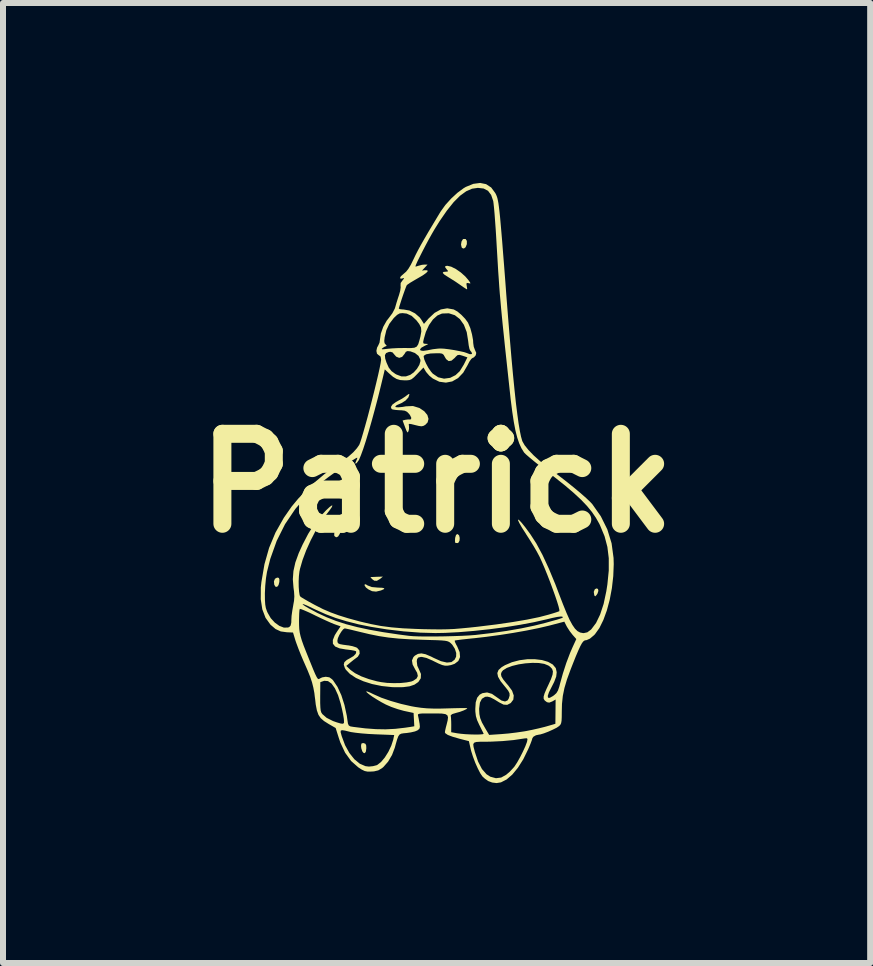
<source format=kicad_pcb>
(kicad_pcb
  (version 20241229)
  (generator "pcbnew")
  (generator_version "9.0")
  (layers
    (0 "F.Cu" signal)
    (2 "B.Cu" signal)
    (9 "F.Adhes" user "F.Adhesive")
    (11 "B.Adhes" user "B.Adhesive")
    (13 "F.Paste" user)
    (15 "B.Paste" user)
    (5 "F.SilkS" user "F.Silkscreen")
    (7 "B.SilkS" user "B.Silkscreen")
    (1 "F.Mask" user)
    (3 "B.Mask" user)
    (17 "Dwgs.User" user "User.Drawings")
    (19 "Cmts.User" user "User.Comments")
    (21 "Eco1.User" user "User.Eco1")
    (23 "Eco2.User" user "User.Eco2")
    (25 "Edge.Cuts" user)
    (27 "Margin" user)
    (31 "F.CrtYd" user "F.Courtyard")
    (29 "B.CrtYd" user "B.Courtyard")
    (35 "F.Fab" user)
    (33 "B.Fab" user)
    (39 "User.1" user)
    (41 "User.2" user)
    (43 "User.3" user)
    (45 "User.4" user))
  (footprint "Patrick"
    (layer "F.Cu")
    (at 4.229 5.004)
    (property "Reference" "Patrick" (at 0 0 0) (layer "F.SilkS") (effects (font (size 1.5 1.5) (thickness 0.3))))
    (attr board_only exclude_from_pos_files exclude_from_bom)
    (fp_poly (pts (xy -0.942 1.597) (xy -0.996 1.629) (xy -1.039 1.627) (xy -1.072 1.603) (xy -1.096 1.578) (xy -1.103 1.569) (xy -1.085 1.566) (xy -1.039 1.564) (xy -0.999 1.562) (xy -0.896 1.559)) (stroke (width 0) (type solid)) (fill yes) (layer "F.SilkS"))
    (fp_poly (pts (xy 2.69 1.764) (xy 2.697 1.796) (xy 2.683 1.84) (xy 2.669 1.862) (xy 2.647 1.887) (xy 2.635 1.881) (xy 2.628 1.867) (xy 2.62 1.813) (xy 2.637 1.771) (xy 2.663 1.756)) (stroke (width 0) (type solid)) (fill yes) (layer "F.SilkS"))
    (fp_poly (pts (xy -2.63 1.581) (xy -2.621 1.606) (xy -2.622 1.649) (xy -2.636 1.701) (xy -2.659 1.729) (xy -2.686 1.728) (xy -2.707 1.694) (xy -2.712 1.638) (xy -2.695 1.595) (xy -2.659 1.575) (xy -2.656 1.575)) (stroke (width 0) (type solid)) (fill yes) (layer "F.SilkS"))
    (fp_poly (pts (xy 1.7 0.253) (xy 1.727 0.291) (xy 1.745 0.335) (xy 1.745 0.364) (xy 1.723 0.391) (xy 1.694 0.382) (xy 1.674 0.356) (xy 1.658 0.31) (xy 1.655 0.266) (xy 1.665 0.239) (xy 1.673 0.236)) (stroke (width 0) (type solid)) (fill yes) (layer "F.SilkS"))
    (fp_poly (pts (xy -1.613 0.739) (xy -1.601 0.772) (xy -1.606 0.822) (xy -1.615 0.847) (xy -1.643 0.891) (xy -1.675 0.904) (xy -1.702 0.884) (xy -1.707 0.873) (xy -1.706 0.831) (xy -1.686 0.782) (xy -1.655 0.743) (xy -1.639 0.733)) (stroke (width 0) (type solid)) (fill yes) (layer "F.SilkS"))
    (fp_poly (pts (xy -1.216 4.335) (xy -1.187 4.346) (xy -1.174 4.374) (xy -1.172 4.419) (xy -1.179 4.475) (xy -1.197 4.503) (xy -1.221 4.496) (xy -1.239 4.472) (xy -1.256 4.421) (xy -1.26 4.381) (xy -1.254 4.343) (xy -1.229 4.334)) (stroke (width 0) (type solid)) (fill yes) (layer "F.SilkS"))
    (fp_poly (pts (xy -0.698 0.096) (xy -0.678 0.136) (xy -0.677 0.184) (xy -0.677 0.187) (xy -0.699 0.226) (xy -0.728 0.235) (xy -0.753 0.211) (xy -0.756 0.205) (xy -0.761 0.167) (xy -0.754 0.122) (xy -0.741 0.087) (xy -0.729 0.079)) (stroke (width 0) (type solid)) (fill yes) (layer "F.SilkS"))
    (fp_poly (pts (xy 0.484 -4.069) (xy 0.504 -4.038) (xy 0.504 -3.984) (xy 0.503 -3.981) (xy 0.483 -3.932) (xy 0.454 -3.91) (xy 0.426 -3.919) (xy 0.417 -3.931) (xy 0.407 -3.977) (xy 0.415 -4.027) (xy 0.437 -4.064) (xy 0.447 -4.07)) (stroke (width 0) (type solid)) (fill yes) (layer "F.SilkS"))
    (fp_poly (pts (xy 0.352 0.851) (xy 0.375 0.872) (xy 0.385 0.914) (xy 0.382 0.96) (xy 0.364 0.993) (xy 0.351 1) (xy 0.318 0.998) (xy 0.309 0.991) (xy 0.306 0.962) (xy 0.309 0.913) (xy 0.31 0.91) (xy 0.324 0.863) (xy 0.347 0.85)) (stroke (width 0) (type solid)) (fill yes) (layer "F.SilkS"))
    (fp_poly (pts (xy -1.177 1.69) (xy -1.149 1.707) (xy -1.08 1.733) (xy -0.981 1.742) (xy -0.908 1.745) (xy -0.873 1.753) (xy -0.877 1.767) (xy -0.919 1.786) (xy -0.928 1.79) (xy -1.009 1.809) (xy -1.076 1.802) (xy -1.137 1.772) (xy -1.179 1.74) (xy -1.2 1.708) (xy -1.201 1.703) (xy -1.197 1.685)) (stroke (width 0) (type solid)) (fill yes) (layer "F.SilkS"))
    (fp_poly (pts (xy 0.243 -3.608) (xy 0.321 -3.569) (xy 0.403 -3.512) (xy 0.479 -3.444) (xy 0.524 -3.392) (xy 0.556 -3.349) (xy 0.564 -3.33) (xy 0.551 -3.329) (xy 0.534 -3.333) (xy 0.504 -3.337) (xy 0.497 -3.32) (xy 0.502 -3.287) (xy 0.509 -3.246) (xy 0.507 -3.229) (xy 0.507 -3.229) (xy 0.488 -3.24) (xy 0.446 -3.267) (xy 0.392 -3.305) (xy 0.318 -3.356) (xy 0.239 -3.406) (xy 0.192 -3.435) (xy 0.129 -3.476) (xy 0.102 -3.504) (xy 0.113 -3.52) (xy 0.151 -3.524) (xy 0.186 -3.527) (xy 0.188 -3.54) (xy 0.17 -3.561) (xy 0.142 -3.599) (xy 0.146 -3.618) (xy 0.178 -3.623)) (stroke (width 0) (type solid)) (fill yes) (layer "F.SilkS"))
    (fp_poly (pts (xy -0.453 -1.481) (xy -0.453 -1.479) (xy -0.471 -1.428) (xy -0.517 -1.377) (xy -0.584 -1.335) (xy -0.602 -1.327) (xy -0.664 -1.3) (xy -0.689 -1.279) (xy -0.68 -1.266) (xy -0.638 -1.263) (xy -0.567 -1.27) (xy -0.512 -1.28) (xy -0.394 -1.285) (xy -0.286 -1.252) (xy -0.206 -1.198) (xy -0.154 -1.135) (xy -0.135 -1.07) (xy -0.15 -1.012) (xy -0.189 -0.971) (xy -0.222 -0.953) (xy -0.254 -0.947) (xy -0.298 -0.953) (xy -0.356 -0.967) (xy -0.42 -0.983) (xy -0.453 -0.988) (xy -0.465 -0.982) (xy -0.463 -0.962) (xy -0.461 -0.956) (xy -0.46 -0.905) (xy -0.468 -0.869) (xy -0.479 -0.847) (xy -0.489 -0.848) (xy -0.505 -0.878) (xy -0.526 -0.933) (xy -0.567 -1.044) (xy -0.523 -1.055) (xy -0.477 -1.061) (xy -0.454 -1.06) (xy -0.426 -1.064) (xy -0.423 -1.091) (xy -0.444 -1.134) (xy -0.46 -1.155) (xy -0.494 -1.189) (xy -0.531 -1.207) (xy -0.586 -1.214) (xy -0.621 -1.215) (xy -0.686 -1.22) (xy -0.734 -1.228) (xy -0.751 -1.236) (xy -0.762 -1.269) (xy -0.737 -1.309) (xy -0.678 -1.352) (xy -0.642 -1.372) (xy -0.577 -1.407) (xy -0.521 -1.444) (xy -0.497 -1.463) (xy -0.466 -1.485)) (stroke (width 0) (type solid)) (fill yes) (layer "F.SilkS"))
    (fp_poly (pts (xy 0.825 -4.984) (xy 0.91 -4.928) (xy 0.977 -4.837) (xy 0.983 -4.826) (xy 0.994 -4.804) (xy 1.004 -4.779) (xy 1.013 -4.751) (xy 1.021 -4.715) (xy 1.03 -4.668) (xy 1.038 -4.61) (xy 1.047 -4.535) (xy 1.057 -4.443) (xy 1.067 -4.33) (xy 1.079 -4.193) (xy 1.093 -4.029) (xy 1.108 -3.837) (xy 1.126 -3.612) (xy 1.146 -3.353) (xy 1.161 -3.15) (xy 1.192 -2.757) (xy 1.221 -2.402) (xy 1.248 -2.084) (xy 1.274 -1.801) (xy 1.299 -1.552) (xy 1.322 -1.336) (xy 1.345 -1.152) (xy 1.366 -0.998) (xy 1.387 -0.873) (xy 1.407 -0.776) (xy 1.427 -0.705) (xy 1.431 -0.695) (xy 1.467 -0.632) (xy 1.531 -0.552) (xy 1.619 -0.461) (xy 1.726 -0.365) (xy 1.846 -0.268) (xy 1.9 -0.227) (xy 2.036 -0.125) (xy 2.168 -0.023) (xy 2.292 0.077) (xy 2.403 0.17) (xy 2.495 0.251) (xy 2.563 0.316) (xy 2.594 0.349) (xy 2.738 0.554) (xy 2.846 0.772) (xy 2.917 1.003) (xy 2.95 1.248) (xy 2.953 1.352) (xy 2.945 1.552) (xy 2.922 1.752) (xy 2.886 1.944) (xy 2.838 2.123) (xy 2.78 2.282) (xy 2.714 2.416) (xy 2.641 2.518) (xy 2.626 2.534) (xy 2.556 2.593) (xy 2.5 2.618) (xy 2.49 2.619) (xy 2.469 2.623) (xy 2.447 2.638) (xy 2.424 2.667) (xy 2.397 2.716) (xy 2.364 2.787) (xy 2.322 2.885) (xy 2.271 3.013) (xy 2.233 3.11) (xy 2.173 3.274) (xy 2.131 3.416) (xy 2.104 3.548) (xy 2.09 3.683) (xy 2.087 3.808) (xy 2.086 3.901) (xy 2.083 3.962) (xy 2.076 4.002) (xy 2.063 4.029) (xy 2.043 4.05) (xy 2.002 4.078) (xy 1.938 4.11) (xy 1.862 4.144) (xy 1.789 4.172) (xy 1.729 4.19) (xy 1.703 4.194) (xy 1.656 4.204) (xy 1.614 4.228) (xy 1.595 4.256) (xy 1.595 4.259) (xy 1.587 4.287) (xy 1.567 4.341) (xy 1.538 4.411) (xy 1.527 4.436) (xy 1.445 4.604) (xy 1.355 4.746) (xy 1.262 4.859) (xy 1.167 4.941) (xy 1.073 4.989) (xy 1 5.001) (xy 0.927 4.992) (xy 0.862 4.968) (xy 0.857 4.965) (xy 0.805 4.928) (xy 0.764 4.891) (xy 0.764 4.891) (xy 0.728 4.838) (xy 0.687 4.758) (xy 0.644 4.662) (xy 0.606 4.561) (xy 0.576 4.466) (xy 0.57 4.441) (xy 0.55 4.355) (xy 0.611 4.355) (xy 0.616 4.399) (xy 0.634 4.467) (xy 0.637 4.48) (xy 0.691 4.642) (xy 0.756 4.767) (xy 0.832 4.854) (xy 0.896 4.895) (xy 0.989 4.92) (xy 1.076 4.909) (xy 1.159 4.863) (xy 1.222 4.809) (xy 1.283 4.743) (xy 1.301 4.721) (xy 1.345 4.653) (xy 1.393 4.567) (xy 1.44 4.474) (xy 1.479 4.388) (xy 1.505 4.319) (xy 1.509 4.304) (xy 1.515 4.268) (xy 1.506 4.254) (xy 1.471 4.256) (xy 1.445 4.26) (xy 1.283 4.284) (xy 1.099 4.301) (xy 0.913 4.31) (xy 0.822 4.312) (xy 0.724 4.312) (xy 0.66 4.316) (xy 0.624 4.329) (xy 0.611 4.355) (xy 0.55 4.355) (xy 0.538 4.302) (xy 0.382 4.262) (xy 0.265 4.228) (xy 0.186 4.198) (xy 0.145 4.17) (xy 0.138 4.155) (xy 0.142 4.127) (xy 0.154 4.074) (xy 0.166 4.029) (xy 0.184 3.956) (xy 0.19 3.904) (xy 0.179 3.871) (xy 0.146 3.851) (xy 0.086 3.842) (xy -0.006 3.84) (xy -0.073 3.84) (xy -0.175 3.84) (xy -0.244 3.841) (xy -0.285 3.845) (xy -0.306 3.852) (xy -0.312 3.864) (xy -0.309 3.882) (xy -0.308 3.884) (xy -0.298 3.932) (xy -0.287 3.996) (xy -0.284 4.01) (xy -0.279 4.065) (xy -0.288 4.097) (xy -0.317 4.121) (xy -0.318 4.122) (xy -0.361 4.14) (xy -0.429 4.156) (xy -0.497 4.166) (xy -0.553 4.171) (xy -0.592 4.178) (xy -0.619 4.193) (xy -0.639 4.222) (xy -0.658 4.272) (xy -0.68 4.348) (xy -0.697 4.411) (xy -0.743 4.532) (xy -0.809 4.644) (xy -0.887 4.733) (xy -0.911 4.753) (xy -0.972 4.789) (xy -1.043 4.806) (xy -1.087 4.809) (xy -1.151 4.81) (xy -1.199 4.8) (xy -1.249 4.776) (xy -1.307 4.738) (xy -1.426 4.633) (xy -1.526 4.494) (xy -1.606 4.323) (xy -1.629 4.254) (xy -1.661 4.153) (xy -1.6 4.153) (xy -1.587 4.201) (xy -1.582 4.219) (xy -1.526 4.37) (xy -1.454 4.5) (xy -1.372 4.603) (xy -1.281 4.678) (xy -1.186 4.719) (xy -1.128 4.726) (xy -1.06 4.719) (xy -0.999 4.703) (xy -0.987 4.697) (xy -0.927 4.65) (xy -0.864 4.575) (xy -0.805 4.481) (xy -0.756 4.378) (xy -0.723 4.277) (xy -0.72 4.261) (xy -0.707 4.2) (xy -1.018 4.188) (xy -1.136 4.182) (xy -1.25 4.173) (xy -1.35 4.162) (xy -1.425 4.151) (xy -1.447 4.146) (xy -1.528 4.126) (xy -1.576 4.119) (xy -1.598 4.127) (xy -1.6 4.153) (xy -1.661 4.153) (xy -1.683 4.083) (xy -1.801 4.015) (xy -1.877 3.967) (xy -1.932 3.919) (xy -1.97 3.863) (xy -1.996 3.79) (xy -2.015 3.692) (xy -2.025 3.604) (xy -2.031 3.561) (xy -1.941 3.561) (xy -1.941 3.666) (xy -1.938 3.739) (xy -1.933 3.789) (xy -1.923 3.823) (xy -1.907 3.848) (xy -1.905 3.851) (xy -1.834 3.913) (xy -1.727 3.967) (xy -1.664 3.989) (xy -1.596 4.009) (xy -1.559 4.012) (xy -1.544 3.995) (xy -1.545 3.952) (xy -1.548 3.923) (xy -1.559 3.856) (xy -1.577 3.77) (xy -1.598 3.683) (xy -1.598 3.682) (xy -1.643 3.536) (xy -1.695 3.422) (xy -1.751 3.343) (xy -1.811 3.301) (xy -1.873 3.296) (xy -1.885 3.3) (xy -1.939 3.319) (xy -1.941 3.561) (xy -2.031 3.561) (xy -2.038 3.501) (xy -2.055 3.41) (xy -2.077 3.322) (xy -2.108 3.229) (xy -2.151 3.122) (xy -2.209 2.99) (xy -2.221 2.963) (xy -2.263 2.864) (xy -2.304 2.761) (xy -2.338 2.669) (xy -2.352 2.629) (xy -2.394 2.491) (xy -2.495 2.487) (xy -2.598 2.473) (xy -2.685 2.433) (xy -2.768 2.362) (xy -2.77 2.36) (xy -2.852 2.246) (xy -2.906 2.105) (xy -2.932 1.936) (xy -2.931 1.851) (xy -2.863 1.851) (xy -2.862 1.952) (xy -2.857 2.025) (xy -2.847 2.082) (xy -2.829 2.135) (xy -2.817 2.162) (xy -2.765 2.252) (xy -2.697 2.326) (xy -2.622 2.38) (xy -2.547 2.409) (xy -2.478 2.408) (xy -2.456 2.399) (xy -2.434 2.375) (xy -2.423 2.327) (xy -2.422 2.3) (xy -2.294 2.3) (xy -2.293 2.372) (xy -2.29 2.433) (xy -2.282 2.492) (xy -2.268 2.553) (xy -2.247 2.624) (xy -2.216 2.711) (xy -2.173 2.82) (xy -2.118 2.957) (xy -2.101 2.998) (xy -2.057 3.107) (xy -2.024 3.184) (xy -2 3.233) (xy -1.982 3.26) (xy -1.968 3.268) (xy -1.955 3.264) (xy -1.95 3.259) (xy -1.908 3.239) (xy -1.851 3.229) (xy -1.846 3.229) (xy -1.788 3.238) (xy -1.742 3.271) (xy -1.724 3.291) (xy -1.652 3.398) (xy -1.588 3.537) (xy -1.536 3.7) (xy -1.497 3.879) (xy -1.487 3.951) (xy -1.478 4.01) (xy -1.464 4.041) (xy -1.438 4.056) (xy -1.391 4.064) (xy -1.188 4.089) (xy -1.012 4.102) (xy -0.85 4.105) (xy -0.692 4.097) (xy -0.526 4.078) (xy -0.437 4.065) (xy -0.372 4.054) (xy -0.378 3.943) (xy -0.384 3.832) (xy -0.547 3.797) (xy -0.647 3.769) (xy -0.754 3.732) (xy -0.846 3.692) (xy -0.848 3.691) (xy -0.923 3.651) (xy -0.999 3.606) (xy -1.07 3.561) (xy -1.127 3.52) (xy -1.164 3.489) (xy -1.175 3.472) (xy -1.174 3.472) (xy -1.154 3.475) (xy -1.108 3.493) (xy -1.05 3.521) (xy -0.921 3.578) (xy -0.764 3.632) (xy -0.593 3.681) (xy -0.422 3.72) (xy -0.356 3.732) (xy -0.258 3.746) (xy -0.161 3.755) (xy -0.056 3.759) (xy 0.07 3.759) (xy 0.181 3.756) (xy 0.29 3.753) (xy 0.384 3.751) (xy 0.456 3.75) (xy 0.501 3.751) (xy 0.512 3.752) (xy 0.495 3.769) (xy 0.449 3.791) (xy 0.387 3.814) (xy 0.325 3.831) (xy 0.262 3.85) (xy 0.236 3.87) (xy 0.236 3.881) (xy 0.24 3.914) (xy 0.243 3.973) (xy 0.244 4.031) (xy 0.243 4.153) (xy 0.343 4.171) (xy 0.405 4.179) (xy 0.482 4.186) (xy 0.565 4.19) (xy 0.645 4.192) (xy 0.715 4.191) (xy 0.764 4.187) (xy 0.784 4.181) (xy 0.784 4.179) (xy 0.773 4.155) (xy 0.749 4.107) (xy 0.717 4.042) (xy 0.712 4.033) (xy 0.675 3.952) (xy 0.655 3.885) (xy 0.646 3.812) (xy 0.645 3.774) (xy 0.709 3.774) (xy 0.713 3.851) (xy 0.727 3.919) (xy 0.756 3.991) (xy 0.805 4.078) (xy 0.813 4.092) (xy 0.876 4.198) (xy 1.083 4.184) (xy 1.2 4.174) (xy 1.331 4.158) (xy 1.454 4.14) (xy 1.49 4.134) (xy 1.595 4.113) (xy 1.706 4.088) (xy 1.803 4.064) (xy 1.835 4.055) (xy 1.98 4.013) (xy 1.982 3.81) (xy 1.984 3.608) (xy 1.928 3.64) (xy 1.878 3.66) (xy 1.841 3.653) (xy 1.838 3.651) (xy 1.804 3.626) (xy 1.785 3.597) (xy 1.784 3.56) (xy 1.8 3.505) (xy 1.834 3.426) (xy 1.861 3.369) (xy 1.907 3.268) (xy 1.933 3.193) (xy 1.939 3.139) (xy 1.925 3.097) (xy 1.892 3.062) (xy 1.862 3.041) (xy 1.795 3.014) (xy 1.703 2.999) (xy 1.596 2.997) (xy 1.48 3.005) (xy 1.366 3.022) (xy 1.26 3.048) (xy 1.171 3.081) (xy 1.108 3.12) (xy 1.084 3.149) (xy 1.073 3.183) (xy 1.08 3.222) (xy 1.109 3.271) (xy 1.162 3.337) (xy 1.194 3.374) (xy 1.258 3.461) (xy 1.286 3.541) (xy 1.279 3.61) (xy 1.237 3.665) (xy 1.235 3.667) (xy 1.177 3.697) (xy 1.116 3.693) (xy 1.045 3.657) (xy 0.959 3.604) (xy 0.896 3.572) (xy 0.848 3.56) (xy 0.809 3.563) (xy 0.755 3.596) (xy 0.722 3.66) (xy 0.709 3.758) (xy 0.709 3.774) (xy 0.645 3.774) (xy 0.645 3.763) (xy 0.652 3.655) (xy 0.676 3.578) (xy 0.718 3.527) (xy 0.764 3.502) (xy 0.842 3.49) (xy 0.923 3.514) (xy 1.009 3.574) (xy 1.082 3.625) (xy 1.141 3.641) (xy 1.183 3.623) (xy 1.202 3.592) (xy 1.217 3.543) (xy 1.215 3.503) (xy 1.193 3.46) (xy 1.148 3.403) (xy 1.142 3.396) (xy 1.067 3.303) (xy 1.024 3.228) (xy 1.012 3.167) (xy 1.032 3.116) (xy 1.084 3.069) (xy 1.139 3.036) (xy 1.256 2.986) (xy 1.382 2.953) (xy 1.513 2.936) (xy 1.64 2.936) (xy 1.757 2.95) (xy 1.858 2.98) (xy 1.936 3.024) (xy 1.985 3.082) (xy 1.988 3.089) (xy 2.002 3.153) (xy 1.994 3.225) (xy 1.96 3.315) (xy 1.918 3.398) (xy 1.873 3.487) (xy 1.853 3.547) (xy 1.857 3.578) (xy 1.886 3.58) (xy 1.938 3.551) (xy 1.96 3.535) (xy 1.997 3.501) (xy 2.023 3.458) (xy 2.045 3.394) (xy 2.058 3.343) (xy 2.105 3.174) (xy 2.162 2.998) (xy 2.225 2.832) (xy 2.267 2.735) (xy 2.329 2.6) (xy 2.267 2.53) (xy 2.219 2.468) (xy 2.176 2.401) (xy 2.167 2.385) (xy 2.129 2.31) (xy 1.877 2.376) (xy 1.702 2.417) (xy 1.499 2.458) (xy 1.279 2.497) (xy 1.051 2.533) (xy 0.827 2.563) (xy 0.618 2.587) (xy 0.613 2.587) (xy 0.509 2.598) (xy 0.418 2.608) (xy 0.35 2.617) (xy 0.309 2.623) (xy 0.302 2.626) (xy 0.305 2.647) (xy 0.325 2.69) (xy 0.343 2.722) (xy 0.384 2.818) (xy 0.391 2.9) (xy 0.362 2.966) (xy 0.3 3.013) (xy 0.239 3.034) (xy 0.187 3.043) (xy 0.141 3.044) (xy 0.093 3.033) (xy 0.032 3.008) (xy -0.052 2.967) (xy -0.065 2.96) (xy -0.169 2.915) (xy -0.245 2.898) (xy -0.262 2.898) (xy -0.306 2.908) (xy -0.325 2.934) (xy -0.331 2.969) (xy -0.322 3.045) (xy -0.297 3.099) (xy -0.261 3.182) (xy -0.264 3.254) (xy -0.304 3.315) (xy -0.305 3.316) (xy -0.369 3.36) (xy -0.451 3.388) (xy -0.559 3.402) (xy -0.696 3.403) (xy -0.746 3.401) (xy -0.915 3.383) (xy -1.075 3.35) (xy -1.22 3.304) (xy -1.345 3.248) (xy -1.445 3.182) (xy -1.513 3.111) (xy -1.53 3.082) (xy -1.548 3.028) (xy -1.538 2.986) (xy -1.498 2.949) (xy -1.44 2.917) (xy -1.384 2.883) (xy -1.348 2.845) (xy -1.34 2.813) (xy -1.345 2.803) (xy -1.371 2.794) (xy -1.425 2.784) (xy -1.496 2.775) (xy -1.509 2.774) (xy -1.619 2.755) (xy -1.692 2.724) (xy -1.729 2.678) (xy -1.73 2.624) (xy -1.654 2.624) (xy -1.652 2.653) (xy -1.64 2.672) (xy -1.611 2.685) (xy -1.557 2.695) (xy -1.473 2.706) (xy -1.468 2.706) (xy -1.401 2.719) (xy -1.343 2.738) (xy -1.325 2.747) (xy -1.287 2.791) (xy -1.283 2.844) (xy -1.313 2.894) (xy -1.331 2.908) (xy -1.381 2.945) (xy -1.437 2.99) (xy -1.444 2.996) (xy -1.506 3.048) (xy -1.434 3.116) (xy -1.36 3.169) (xy -1.255 3.222) (xy -1.129 3.268) (xy -0.993 3.305) (xy -0.925 3.318) (xy -0.825 3.331) (xy -0.713 3.335) (xy -0.601 3.333) (xy -0.501 3.323) (xy -0.422 3.308) (xy -0.389 3.295) (xy -0.334 3.258) (xy -0.313 3.216) (xy -0.325 3.162) (xy -0.355 3.11) (xy -0.4 3.025) (xy -0.411 2.957) (xy -0.387 2.901) (xy -0.362 2.876) (xy -0.31 2.847) (xy -0.254 2.839) (xy -0.184 2.853) (xy -0.094 2.891) (xy -0.049 2.914) (xy 0.073 2.969) (xy 0.172 2.992) (xy 0.247 2.984) (xy 0.3 2.944) (xy 0.325 2.894) (xy 0.327 2.833) (xy 0.304 2.762) (xy 0.262 2.696) (xy 0.241 2.674) (xy 0.222 2.657) (xy 0.202 2.645) (xy 0.176 2.635) (xy 0.138 2.628) (xy 0.082 2.623) (xy 0.004 2.619) (xy -0.104 2.616) (xy -0.236 2.612) (xy -0.45 2.604) (xy -0.635 2.592) (xy -0.801 2.575) (xy -0.959 2.551) (xy -1.118 2.519) (xy -1.282 2.48) (xy -1.373 2.458) (xy -1.45 2.439) (xy -1.506 2.427) (xy -1.532 2.422) (xy -1.532 2.422) (xy -1.558 2.438) (xy -1.59 2.479) (xy -1.622 2.532) (xy -1.646 2.586) (xy -1.654 2.624) (xy -1.73 2.624) (xy -1.73 2.616) (xy -1.698 2.536) (xy -1.667 2.486) (xy -1.601 2.388) (xy -1.701 2.353) (xy -1.758 2.33) (xy -1.839 2.294) (xy -1.934 2.25) (xy -2.032 2.203) (xy -2.035 2.201) (xy -2.122 2.159) (xy -2.197 2.126) (xy -2.251 2.104) (xy -2.279 2.097) (xy -2.281 2.097) (xy -2.287 2.121) (xy -2.291 2.176) (xy -2.293 2.251) (xy -2.294 2.3) (xy -2.422 2.3) (xy -2.422 2.285) (xy -2.418 2.214) (xy -2.406 2.126) (xy -2.392 2.047) (xy -2.387 2.017) (xy -2.234 2.017) (xy -2.229 2.027) (xy -2.191 2.053) (xy -2.137 2.085) (xy -1.986 2.166) (xy -1.835 2.236) (xy -1.678 2.298) (xy -1.51 2.352) (xy -1.327 2.4) (xy -1.123 2.444) (xy -0.893 2.485) (xy -0.632 2.524) (xy -0.463 2.546) (xy -0.391 2.552) (xy -0.288 2.556) (xy -0.162 2.557) (xy -0.02 2.557) (xy 0.131 2.555) (xy 0.281 2.551) (xy 0.424 2.546) (xy 0.551 2.539) (xy 0.655 2.531) (xy 0.662 2.53) (xy 0.917 2.5) (xy 1.17 2.464) (xy 1.411 2.422) (xy 1.63 2.376) (xy 1.811 2.331) (xy 1.925 2.299) (xy 2.006 2.277) (xy 2.059 2.26) (xy 2.09 2.249) (xy 2.103 2.241) (xy 2.103 2.234) (xy 2.096 2.227) (xy 2.095 2.226) (xy 2.07 2.224) (xy 2.012 2.231) (xy 1.929 2.248) (xy 1.826 2.273) (xy 1.821 2.274) (xy 1.622 2.319) (xy 1.393 2.362) (xy 1.144 2.402) (xy 0.885 2.436) (xy 0.625 2.464) (xy 0.374 2.485) (xy 0.142 2.497) (xy -0.02 2.5) (xy -0.274 2.493) (xy -0.549 2.472) (xy -0.828 2.439) (xy -1.096 2.396) (xy -1.3 2.355) (xy -1.503 2.303) (xy -1.681 2.249) (xy -1.848 2.186) (xy -2.017 2.11) (xy -2.074 2.083) (xy -2.155 2.044) (xy -2.209 2.022) (xy -2.234 2.017) (xy -2.387 2.017) (xy -2.377 1.962) (xy -2.372 1.889) (xy -2.377 1.808) (xy -2.386 1.743) (xy -2.397 1.603) (xy -2.387 1.466) (xy -2.355 1.323) (xy -2.299 1.168) (xy -2.234 1.025) (xy -2.141 0.846) (xy -2.048 0.697) (xy -1.95 0.568) (xy -1.843 0.454) (xy -1.783 0.398) (xy -1.748 0.373) (xy -1.737 0.375) (xy -1.75 0.405) (xy -1.789 0.46) (xy -1.841 0.527) (xy -1.928 0.648) (xy -2.017 0.795) (xy -2.1 0.956) (xy -2.175 1.122) (xy -2.235 1.282) (xy -2.277 1.427) (xy -2.287 1.474) (xy -2.296 1.551) (xy -2.3 1.639) (xy -2.299 1.729) (xy -2.293 1.809) (xy -2.284 1.867) (xy -2.276 1.887) (xy -2.255 1.904) (xy -2.205 1.934) (xy -2.134 1.975) (xy -2.048 2.022) (xy -2.022 2.036) (xy -1.892 2.102) (xy -1.766 2.156) (xy -1.631 2.205) (xy -1.477 2.253) (xy -1.28 2.307) (xy -1.101 2.349) (xy -0.928 2.382) (xy -0.751 2.405) (xy -0.56 2.421) (xy -0.345 2.431) (xy -0.226 2.435) (xy -0.067 2.438) (xy 0.065 2.439) (xy 0.182 2.437) (xy 0.293 2.432) (xy 0.411 2.422) (xy 0.548 2.409) (xy 0.679 2.395) (xy 0.989 2.357) (xy 1.265 2.317) (xy 1.506 2.276) (xy 1.711 2.234) (xy 1.86 2.195) (xy 1.938 2.172) (xy 2.001 2.152) (xy 2.039 2.138) (xy 2.046 2.135) (xy 2.046 2.11) (xy 2.033 2.056) (xy 2.009 1.977) (xy 1.976 1.879) (xy 1.936 1.768) (xy 1.893 1.651) (xy 1.847 1.533) (xy 1.801 1.419) (xy 1.757 1.317) (xy 1.718 1.231) (xy 1.707 1.21) (xy 1.669 1.139) (xy 1.616 1.048) (xy 1.554 0.948) (xy 1.491 0.85) (xy 1.49 0.847) (xy 1.422 0.742) (xy 1.379 0.666) (xy 1.358 0.621) (xy 1.359 0.606) (xy 1.381 0.622) (xy 1.422 0.667) (xy 1.482 0.742) (xy 1.559 0.847) (xy 1.566 0.857) (xy 1.664 1.009) (xy 1.766 1.199) (xy 1.871 1.426) (xy 1.98 1.688) (xy 2.038 1.841) (xy 2.107 2.02) (xy 2.166 2.165) (xy 2.217 2.279) (xy 2.264 2.365) (xy 2.307 2.427) (xy 2.349 2.468) (xy 2.392 2.491) (xy 2.439 2.5) (xy 2.452 2.501) (xy 2.512 2.488) (xy 2.57 2.445) (xy 2.579 2.437) (xy 2.658 2.332) (xy 2.726 2.191) (xy 2.784 2.015) (xy 2.829 1.804) (xy 2.847 1.689) (xy 2.87 1.458) (xy 2.87 1.252) (xy 2.847 1.064) (xy 2.8 0.886) (xy 2.727 0.71) (xy 2.713 0.68) (xy 2.656 0.579) (xy 2.589 0.481) (xy 2.507 0.381) (xy 2.407 0.276) (xy 2.286 0.164) (xy 2.141 0.04) (xy 1.967 -0.098) (xy 1.817 -0.213) (xy 1.717 -0.29) (xy 1.626 -0.363) (xy 1.549 -0.427) (xy 1.491 -0.477) (xy 1.459 -0.509) (xy 1.457 -0.512) (xy 1.414 -0.581) (xy 1.377 -0.662) (xy 1.344 -0.759) (xy 1.314 -0.877) (xy 1.287 -1.019) (xy 1.261 -1.19) (xy 1.235 -1.394) (xy 1.223 -1.506) (xy 1.192 -1.792) (xy 1.165 -2.043) (xy 1.141 -2.263) (xy 1.121 -2.457) (xy 1.103 -2.627) (xy 1.088 -2.779) (xy 1.075 -2.916) (xy 1.064 -3.043) (xy 1.053 -3.163) (xy 1.044 -3.282) (xy 1.036 -3.402) (xy 1.027 -3.528) (xy 1.019 -3.664) (xy 1.01 -3.814) (xy 1 -3.983) (xy 0.994 -4.086) (xy 0.985 -4.231) (xy 0.975 -4.368) (xy 0.966 -4.49) (xy 0.957 -4.591) (xy 0.949 -4.664) (xy 0.944 -4.702) (xy 0.909 -4.804) (xy 0.857 -4.873) (xy 0.784 -4.911) (xy 0.688 -4.922) (xy 0.591 -4.908) (xy 0.493 -4.865) (xy 0.391 -4.791) (xy 0.285 -4.685) (xy 0.172 -4.544) (xy 0.051 -4.369) (xy -0.035 -4.231) (xy -0.079 -4.155) (xy -0.129 -4.066) (xy -0.181 -3.969) (xy -0.232 -3.871) (xy -0.278 -3.78) (xy -0.317 -3.702) (xy -0.343 -3.644) (xy -0.354 -3.613) (xy -0.354 -3.611) (xy -0.339 -3.612) (xy -0.304 -3.623) (xy -0.244 -3.639) (xy -0.202 -3.643) (xy -0.151 -3.643) (xy -0.197 -3.593) (xy -0.244 -3.543) (xy -0.198 -3.549) (xy -0.156 -3.548) (xy -0.148 -3.532) (xy -0.175 -3.503) (xy -0.234 -3.461) (xy -0.31 -3.417) (xy -0.384 -3.374) (xy -0.446 -3.337) (xy -0.486 -3.309) (xy -0.497 -3.3) (xy -0.509 -3.273) (xy -0.529 -3.22) (xy -0.554 -3.15) (xy -0.58 -3.074) (xy -0.603 -3.002) (xy -0.621 -2.945) (xy -0.63 -2.912) (xy -0.63 -2.909) (xy -0.613 -2.9) (xy -0.569 -2.895) (xy -0.548 -2.894) (xy -0.453 -2.877) (xy -0.36 -2.83) (xy -0.282 -2.762) (xy -0.255 -2.725) (xy -0.211 -2.654) (xy -0.133 -2.745) (xy -0.034 -2.838) (xy 0.07 -2.895) (xy 0.177 -2.914) (xy 0.285 -2.895) (xy 0.289 -2.893) (xy 0.348 -2.86) (xy 0.414 -2.804) (xy 0.477 -2.738) (xy 0.523 -2.675) (xy 0.526 -2.668) (xy 0.562 -2.583) (xy 0.59 -2.48) (xy 0.608 -2.381) (xy 0.61 -2.337) (xy 0.619 -2.274) (xy 0.639 -2.22) (xy 0.641 -2.216) (xy 0.661 -2.171) (xy 0.652 -2.13) (xy 0.65 -2.128) (xy 0.622 -2.096) (xy 0.6 -2.087) (xy 0.578 -2.07) (xy 0.547 -2.026) (xy 0.515 -1.964) (xy 0.444 -1.841) (xy 0.358 -1.751) (xy 0.26 -1.695) (xy 0.155 -1.675) (xy 0.045 -1.69) (xy -0.063 -1.743) (xy -0.121 -1.79) (xy -0.169 -1.845) (xy -0.18 -1.86) (xy -0.219 -1.927) (xy -0.322 -1.82) (xy -0.376 -1.765) (xy -0.416 -1.733) (xy -0.452 -1.718) (xy -0.498 -1.713) (xy -0.533 -1.713) (xy -0.607 -1.718) (xy -0.667 -1.736) (xy -0.727 -1.772) (xy -0.798 -1.834) (xy -0.801 -1.837) (xy -0.864 -1.896) (xy -0.877 -1.839) (xy -0.927 -1.631) (xy -0.978 -1.424) (xy -1.031 -1.224) (xy -1.083 -1.034) (xy -1.133 -0.859) (xy -1.18 -0.703) (xy -1.223 -0.571) (xy -1.261 -0.467) (xy -1.291 -0.395) (xy -1.302 -0.375) (xy -1.332 -0.335) (xy -1.351 -0.322) (xy -1.354 -0.338) (xy -1.339 -0.374) (xy -1.324 -0.409) (xy -1.323 -0.424) (xy -1.342 -0.417) (xy -1.386 -0.39) (xy -1.451 -0.348) (xy -1.531 -0.294) (xy -1.619 -0.233) (xy -1.709 -0.169) (xy -1.797 -0.105) (xy -1.877 -0.045) (xy -1.915 -0.015) (xy -2.151 0.196) (xy -2.355 0.43) (xy -2.527 0.685) (xy -2.666 0.963) (xy -2.773 1.263) (xy -2.828 1.481) (xy -2.845 1.587) (xy -2.857 1.711) (xy -2.863 1.835) (xy -2.863 1.851) (xy -2.931 1.851) (xy -2.931 1.742) (xy -2.921 1.649) (xy -2.87 1.352) (xy -2.793 1.08) (xy -2.686 0.824) (xy -2.547 0.578) (xy -2.416 0.39) (xy -2.307 0.259) (xy -2.173 0.119) (xy -2.024 -0.02) (xy -1.87 -0.15) (xy -1.721 -0.26) (xy -1.715 -0.264) (xy -1.578 -0.36) (xy -1.47 -0.442) (xy -1.389 -0.514) (xy -1.33 -0.58) (xy -1.29 -0.637) (xy -1.275 -0.675) (xy -1.252 -0.745) (xy -1.223 -0.843) (xy -1.189 -0.962) (xy -1.152 -1.096) (xy -1.114 -1.241) (xy -1.076 -1.389) (xy -1.039 -1.536) (xy -1.005 -1.676) (xy -0.975 -1.803) (xy -0.951 -1.911) (xy -0.934 -1.996) (xy -0.926 -2.05) (xy -0.925 -2.06) (xy -0.934 -2.109) (xy -0.962 -2.131) (xy -0.965 -2.132) (xy -0.966 -2.133) (xy -0.862 -2.133) (xy -0.857 -2.076) (xy -0.836 -2.011) (xy -0.798 -1.926) (xy -0.752 -1.867) (xy -0.689 -1.821) (xy -0.669 -1.81) (xy -0.587 -1.779) (xy -0.511 -1.779) (xy -0.438 -1.805) (xy -0.381 -1.846) (xy -0.328 -1.905) (xy -0.288 -1.971) (xy -0.27 -2.032) (xy -0.27 -2.056) (xy -0.296 -2.109) (xy -0.216 -2.109) (xy -0.205 -2.06) (xy -0.176 -1.993) (xy -0.137 -1.921) (xy -0.093 -1.858) (xy -0.064 -1.825) (xy 0.026 -1.764) (xy 0.124 -1.741) (xy 0.226 -1.755) (xy 0.316 -1.8) (xy 0.386 -1.866) (xy 0.45 -1.97) (xy 0.452 -1.973) (xy 0.513 -2.096) (xy 0.434 -2.123) (xy 0.383 -2.138) (xy 0.351 -2.135) (xy 0.322 -2.11) (xy 0.303 -2.088) (xy 0.249 -2.042) (xy 0.201 -2.034) (xy 0.159 -2.066) (xy 0.138 -2.101) (xy 0.117 -2.139) (xy 0.092 -2.158) (xy 0.049 -2.165) (xy 0.007 -2.165) (xy -0.102 -2.161) (xy -0.176 -2.147) (xy -0.212 -2.124) (xy -0.216 -2.109) (xy -0.296 -2.109) (xy -0.301 -2.12) (xy -0.362 -2.169) (xy -0.436 -2.196) (xy -0.485 -2.201) (xy -0.513 -2.189) (xy -0.535 -2.153) (xy -0.575 -2.104) (xy -0.624 -2.088) (xy -0.674 -2.108) (xy -0.703 -2.141) (xy -0.735 -2.179) (xy -0.771 -2.189) (xy -0.797 -2.186) (xy -0.842 -2.168) (xy -0.862 -2.133) (xy -0.966 -2.133) (xy -0.994 -2.157) (xy -1.004 -2.204) (xy -0.999 -2.23) (xy -0.277 -2.23) (xy -0.267 -2.211) (xy -0.225 -2.204) (xy -0.152 -2.214) (xy -0.143 -2.216) (xy -0.061 -2.232) (xy 0.023 -2.242) (xy 0.062 -2.244) (xy 0.124 -2.241) (xy 0.206 -2.231) (xy 0.296 -2.217) (xy 0.383 -2.2) (xy 0.457 -2.184) (xy 0.505 -2.168) (xy 0.512 -2.165) (xy 0.554 -2.149) (xy 0.584 -2.151) (xy 0.591 -2.163) (xy 0.577 -2.19) (xy 0.564 -2.203) (xy 0.548 -2.235) (xy 0.535 -2.296) (xy 0.526 -2.369) (xy 0.502 -2.517) (xy 0.455 -2.639) (xy 0.388 -2.734) (xy 0.304 -2.799) (xy 0.204 -2.831) (xy 0.091 -2.827) (xy 0.09 -2.827) (xy 0.013 -2.794) (xy -0.061 -2.728) (xy -0.127 -2.634) (xy -0.18 -2.519) (xy -0.213 -2.407) (xy -0.224 -2.355) (xy -0.221 -2.331) (xy -0.2 -2.323) (xy -0.18 -2.322) (xy -0.147 -2.32) (xy -0.146 -2.314) (xy -0.179 -2.298) (xy -0.19 -2.293) (xy -0.252 -2.259) (xy -0.277 -2.23) (xy -0.999 -2.23) (xy -0.997 -2.238) (xy -0.915 -2.238) (xy -0.91 -2.231) (xy -0.878 -2.232) (xy -0.817 -2.239) (xy -0.74 -2.246) (xy -0.643 -2.251) (xy -0.542 -2.252) (xy -0.519 -2.252) (xy -0.429 -2.251) (xy -0.369 -2.257) (xy -0.331 -2.276) (xy -0.306 -2.316) (xy -0.286 -2.382) (xy -0.27 -2.444) (xy -0.255 -2.528) (xy -0.26 -2.593) (xy -0.29 -2.653) (xy -0.338 -2.715) (xy -0.416 -2.788) (xy -0.499 -2.826) (xy -0.569 -2.834) (xy -0.616 -2.829) (xy -0.658 -2.805) (xy -0.709 -2.757) (xy -0.714 -2.752) (xy -0.789 -2.654) (xy -0.838 -2.549) (xy -0.866 -2.432) (xy -0.873 -2.37) (xy -0.868 -2.333) (xy -0.85 -2.31) (xy -0.849 -2.31) (xy -0.832 -2.29) (xy -0.838 -2.285) (xy -0.868 -2.273) (xy -0.897 -2.254) (xy -0.915 -2.238) (xy -0.997 -2.238) (xy -0.993 -2.258) (xy -0.974 -2.293) (xy -0.952 -2.341) (xy -0.945 -2.389) (xy -0.93 -2.493) (xy -0.89 -2.605) (xy -0.832 -2.708) (xy -0.795 -2.755) (xy -0.737 -2.833) (xy -0.696 -2.912) (xy -0.689 -2.935) (xy -0.669 -3.005) (xy -0.643 -3.088) (xy -0.627 -3.135) (xy -0.607 -3.206) (xy -0.599 -3.264) (xy -0.601 -3.29) (xy -0.599 -3.336) (xy -0.568 -3.38) (xy -0.543 -3.411) (xy -0.546 -3.418) (xy -0.556 -3.416) (xy -0.597 -3.407) (xy -0.61 -3.42) (xy -0.596 -3.448) (xy -0.553 -3.486) (xy -0.552 -3.487) (xy -0.509 -3.524) (xy -0.471 -3.572) (xy -0.43 -3.64) (xy -0.383 -3.736) (xy -0.349 -3.807) (xy -0.31 -3.883) (xy -0.263 -3.969) (xy -0.206 -4.069) (xy -0.137 -4.188) (xy -0.052 -4.33) (xy 0.051 -4.501) (xy 0.071 -4.533) (xy 0.146 -4.637) (xy 0.242 -4.743) (xy 0.347 -4.84) (xy 0.45 -4.916) (xy 0.487 -4.938) (xy 0.612 -4.989) (xy 0.726 -5.004)) (stroke (width 0) (type solid)) (fill yes) (layer "F.SilkS")))
  (gr_rect
    (start -3 -3)
    (end 11.457 13.005)
    (stroke (width 0.1) (type default))
    (fill no)
    (layer "Edge.Cuts")))
</source>
